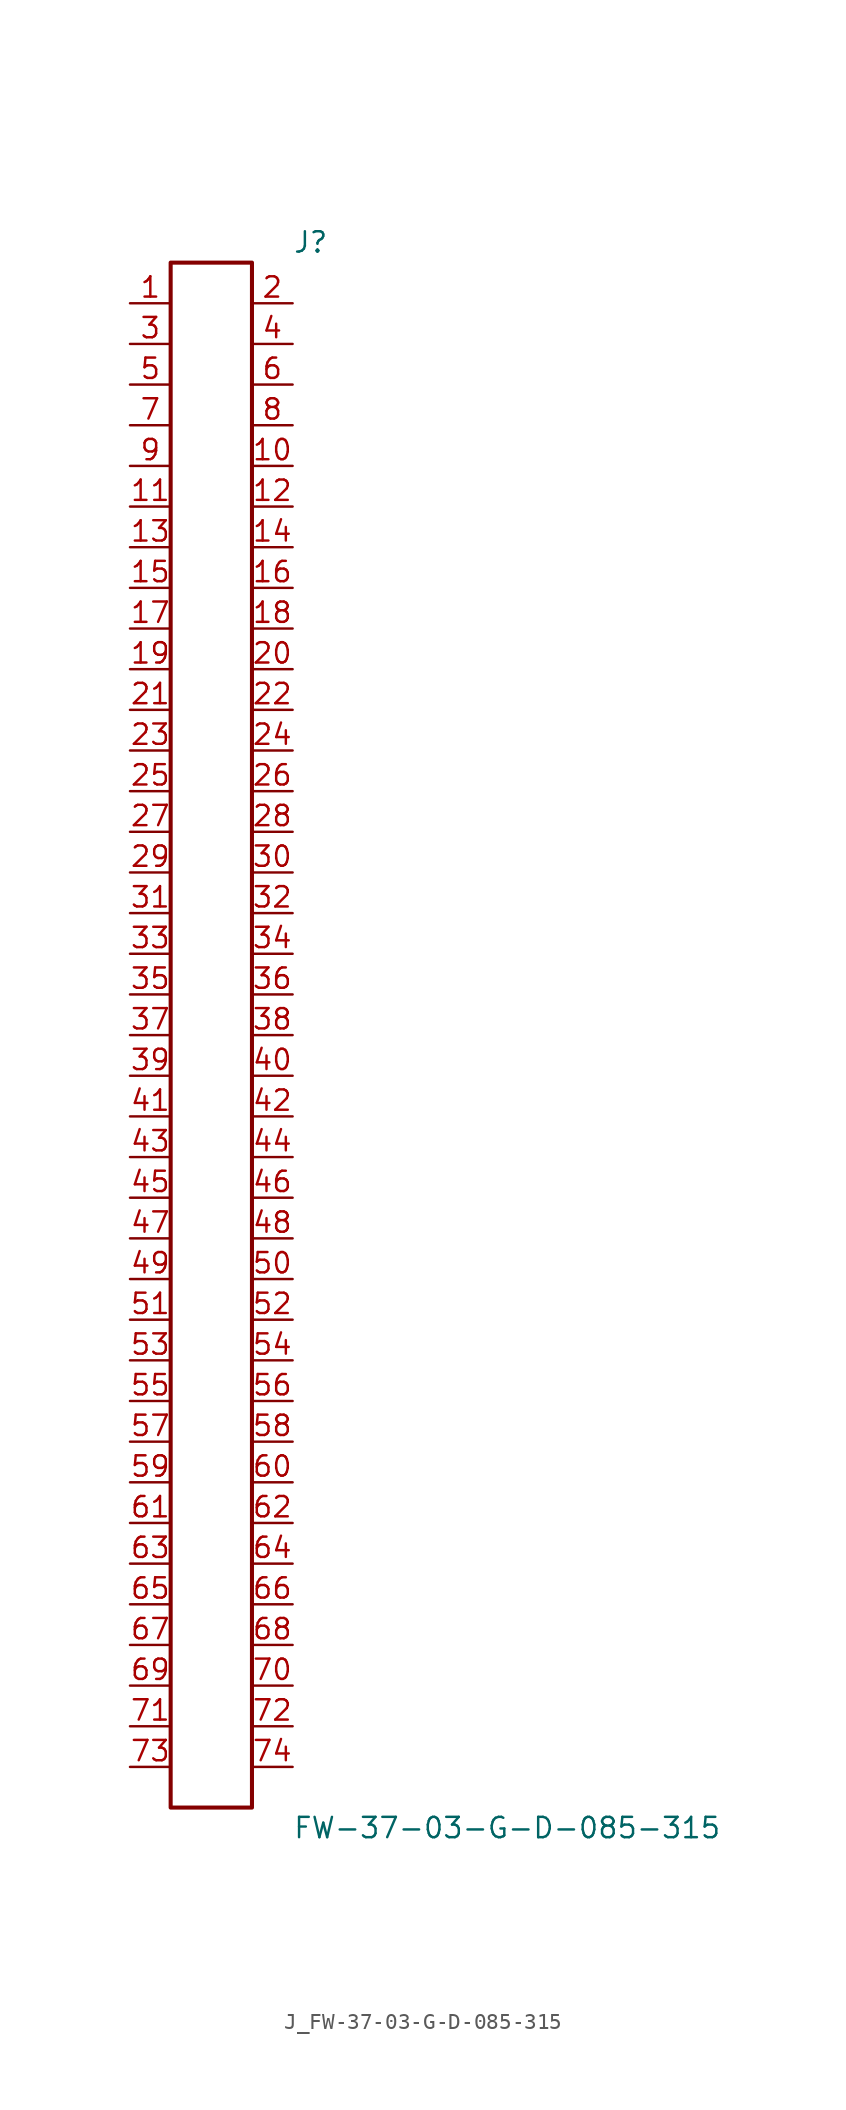
<source format=kicad_sym>
(kicad_symbol_lib
  (version 20231120)
  (generator kicad_symbol_editor)
  (generator_version 8.0)
  (symbol "J_FW-37-03-G-D-085-315"
    (pin_names
      (offset 0.254))
    (property "Reference" "J"
      (at 5.08 49.53 0)
      (effects (font (size 1.27 1.27)) (justify left)))
    (property "Value" "FW-37-03-G-D-085-315"
      (at 5.08 -49.53 0)
      (effects (font (size 1.27 1.27)) (justify left)))
    (symbol "J_FW-37-03-G-D-085-315_0_0"
      (pin unspecified line (at -5.08 45.72 0) (length 2.54) (name "" (effects (font (size 1.27 1.27)))) (number "1" (effects (font (size 1.27 1.27)))))
      (pin unspecified line (at 5.08 45.72 180) (length 2.54) (name "" (effects (font (size 1.27 1.27)))) (number "2" (effects (font (size 1.27 1.27)))))
      (pin unspecified line (at -5.08 43.18 0) (length 2.54) (name "" (effects (font (size 1.27 1.27)))) (number "3" (effects (font (size 1.27 1.27)))))
      (pin unspecified line (at 5.08 43.18 180) (length 2.54) (name "" (effects (font (size 1.27 1.27)))) (number "4" (effects (font (size 1.27 1.27)))))
      (pin unspecified line (at -5.08 40.64 0) (length 2.54) (name "" (effects (font (size 1.27 1.27)))) (number "5" (effects (font (size 1.27 1.27)))))
      (pin unspecified line (at 5.08 40.64 180) (length 2.54) (name "" (effects (font (size 1.27 1.27)))) (number "6" (effects (font (size 1.27 1.27)))))
      (pin unspecified line (at -5.08 38.1 0) (length 2.54) (name "" (effects (font (size 1.27 1.27)))) (number "7" (effects (font (size 1.27 1.27)))))
      (pin unspecified line (at 5.08 38.1 180) (length 2.54) (name "" (effects (font (size 1.27 1.27)))) (number "8" (effects (font (size 1.27 1.27)))))
      (pin unspecified line (at -5.08 35.56 0) (length 2.54) (name "" (effects (font (size 1.27 1.27)))) (number "9" (effects (font (size 1.27 1.27)))))
      (pin unspecified line (at 5.08 35.56 180) (length 2.54) (name "" (effects (font (size 1.27 1.27)))) (number "10" (effects (font (size 1.27 1.27)))))
      (pin unspecified line (at -5.08 33.02 0) (length 2.54) (name "" (effects (font (size 1.27 1.27)))) (number "11" (effects (font (size 1.27 1.27)))))
      (pin unspecified line (at 5.08 33.02 180) (length 2.54) (name "" (effects (font (size 1.27 1.27)))) (number "12" (effects (font (size 1.27 1.27)))))
      (pin unspecified line (at -5.08 30.48 0) (length 2.54) (name "" (effects (font (size 1.27 1.27)))) (number "13" (effects (font (size 1.27 1.27)))))
      (pin unspecified line (at 5.08 30.48 180) (length 2.54) (name "" (effects (font (size 1.27 1.27)))) (number "14" (effects (font (size 1.27 1.27)))))
      (pin unspecified line (at -5.08 27.94 0) (length 2.54) (name "" (effects (font (size 1.27 1.27)))) (number "15" (effects (font (size 1.27 1.27)))))
      (pin unspecified line (at 5.08 27.94 180) (length 2.54) (name "" (effects (font (size 1.27 1.27)))) (number "16" (effects (font (size 1.27 1.27)))))
      (pin unspecified line (at -5.08 25.4 0) (length 2.54) (name "" (effects (font (size 1.27 1.27)))) (number "17" (effects (font (size 1.27 1.27)))))
      (pin unspecified line (at 5.08 25.4 180) (length 2.54) (name "" (effects (font (size 1.27 1.27)))) (number "18" (effects (font (size 1.27 1.27)))))
      (pin unspecified line (at -5.08 22.86 0) (length 2.54) (name "" (effects (font (size 1.27 1.27)))) (number "19" (effects (font (size 1.27 1.27)))))
      (pin unspecified line (at 5.08 22.86 180) (length 2.54) (name "" (effects (font (size 1.27 1.27)))) (number "20" (effects (font (size 1.27 1.27)))))
      (pin unspecified line (at -5.08 20.32 0) (length 2.54) (name "" (effects (font (size 1.27 1.27)))) (number "21" (effects (font (size 1.27 1.27)))))
      (pin unspecified line (at 5.08 20.32 180) (length 2.54) (name "" (effects (font (size 1.27 1.27)))) (number "22" (effects (font (size 1.27 1.27)))))
      (pin unspecified line (at -5.08 17.78 0) (length 2.54) (name "" (effects (font (size 1.27 1.27)))) (number "23" (effects (font (size 1.27 1.27)))))
      (pin unspecified line (at 5.08 17.78 180) (length 2.54) (name "" (effects (font (size 1.27 1.27)))) (number "24" (effects (font (size 1.27 1.27)))))
      (pin unspecified line (at -5.08 15.24 0) (length 2.54) (name "" (effects (font (size 1.27 1.27)))) (number "25" (effects (font (size 1.27 1.27)))))
      (pin unspecified line (at 5.08 15.24 180) (length 2.54) (name "" (effects (font (size 1.27 1.27)))) (number "26" (effects (font (size 1.27 1.27)))))
      (pin unspecified line (at -5.08 12.7 0) (length 2.54) (name "" (effects (font (size 1.27 1.27)))) (number "27" (effects (font (size 1.27 1.27)))))
      (pin unspecified line (at 5.08 12.7 180) (length 2.54) (name "" (effects (font (size 1.27 1.27)))) (number "28" (effects (font (size 1.27 1.27)))))
      (pin unspecified line (at -5.08 10.16 0) (length 2.54) (name "" (effects (font (size 1.27 1.27)))) (number "29" (effects (font (size 1.27 1.27)))))
      (pin unspecified line (at 5.08 10.16 180) (length 2.54) (name "" (effects (font (size 1.27 1.27)))) (number "30" (effects (font (size 1.27 1.27)))))
      (pin unspecified line (at -5.08 7.62 0) (length 2.54) (name "" (effects (font (size 1.27 1.27)))) (number "31" (effects (font (size 1.27 1.27)))))
      (pin unspecified line (at 5.08 7.62 180) (length 2.54) (name "" (effects (font (size 1.27 1.27)))) (number "32" (effects (font (size 1.27 1.27)))))
      (pin unspecified line (at -5.08 5.08 0) (length 2.54) (name "" (effects (font (size 1.27 1.27)))) (number "33" (effects (font (size 1.27 1.27)))))
      (pin unspecified line (at 5.08 5.08 180) (length 2.54) (name "" (effects (font (size 1.27 1.27)))) (number "34" (effects (font (size 1.27 1.27)))))
      (pin unspecified line (at -5.08 2.54 0) (length 2.54) (name "" (effects (font (size 1.27 1.27)))) (number "35" (effects (font (size 1.27 1.27)))))
      (pin unspecified line (at 5.08 2.54 180) (length 2.54) (name "" (effects (font (size 1.27 1.27)))) (number "36" (effects (font (size 1.27 1.27)))))
      (pin unspecified line (at -5.08 0.0 0) (length 2.54) (name "" (effects (font (size 1.27 1.27)))) (number "37" (effects (font (size 1.27 1.27)))))
      (pin unspecified line (at 5.08 0.0 180) (length 2.54) (name "" (effects (font (size 1.27 1.27)))) (number "38" (effects (font (size 1.27 1.27)))))
      (pin unspecified line (at -5.08 -2.54 0) (length 2.54) (name "" (effects (font (size 1.27 1.27)))) (number "39" (effects (font (size 1.27 1.27)))))
      (pin unspecified line (at 5.08 -2.54 180) (length 2.54) (name "" (effects (font (size 1.27 1.27)))) (number "40" (effects (font (size 1.27 1.27)))))
      (pin unspecified line (at -5.08 -5.08 0) (length 2.54) (name "" (effects (font (size 1.27 1.27)))) (number "41" (effects (font (size 1.27 1.27)))))
      (pin unspecified line (at 5.08 -5.08 180) (length 2.54) (name "" (effects (font (size 1.27 1.27)))) (number "42" (effects (font (size 1.27 1.27)))))
      (pin unspecified line (at -5.08 -7.62 0) (length 2.54) (name "" (effects (font (size 1.27 1.27)))) (number "43" (effects (font (size 1.27 1.27)))))
      (pin unspecified line (at 5.08 -7.62 180) (length 2.54) (name "" (effects (font (size 1.27 1.27)))) (number "44" (effects (font (size 1.27 1.27)))))
      (pin unspecified line (at -5.08 -10.16 0) (length 2.54) (name "" (effects (font (size 1.27 1.27)))) (number "45" (effects (font (size 1.27 1.27)))))
      (pin unspecified line (at 5.08 -10.16 180) (length 2.54) (name "" (effects (font (size 1.27 1.27)))) (number "46" (effects (font (size 1.27 1.27)))))
      (pin unspecified line (at -5.08 -12.7 0) (length 2.54) (name "" (effects (font (size 1.27 1.27)))) (number "47" (effects (font (size 1.27 1.27)))))
      (pin unspecified line (at 5.08 -12.7 180) (length 2.54) (name "" (effects (font (size 1.27 1.27)))) (number "48" (effects (font (size 1.27 1.27)))))
      (pin unspecified line (at -5.08 -15.24 0) (length 2.54) (name "" (effects (font (size 1.27 1.27)))) (number "49" (effects (font (size 1.27 1.27)))))
      (pin unspecified line (at 5.08 -15.24 180) (length 2.54) (name "" (effects (font (size 1.27 1.27)))) (number "50" (effects (font (size 1.27 1.27)))))
      (pin unspecified line (at -5.08 -17.78 0) (length 2.54) (name "" (effects (font (size 1.27 1.27)))) (number "51" (effects (font (size 1.27 1.27)))))
      (pin unspecified line (at 5.08 -17.78 180) (length 2.54) (name "" (effects (font (size 1.27 1.27)))) (number "52" (effects (font (size 1.27 1.27)))))
      (pin unspecified line (at -5.08 -20.32 0) (length 2.54) (name "" (effects (font (size 1.27 1.27)))) (number "53" (effects (font (size 1.27 1.27)))))
      (pin unspecified line (at 5.08 -20.32 180) (length 2.54) (name "" (effects (font (size 1.27 1.27)))) (number "54" (effects (font (size 1.27 1.27)))))
      (pin unspecified line (at -5.08 -22.86 0) (length 2.54) (name "" (effects (font (size 1.27 1.27)))) (number "55" (effects (font (size 1.27 1.27)))))
      (pin unspecified line (at 5.08 -22.86 180) (length 2.54) (name "" (effects (font (size 1.27 1.27)))) (number "56" (effects (font (size 1.27 1.27)))))
      (pin unspecified line (at -5.08 -25.4 0) (length 2.54) (name "" (effects (font (size 1.27 1.27)))) (number "57" (effects (font (size 1.27 1.27)))))
      (pin unspecified line (at 5.08 -25.4 180) (length 2.54) (name "" (effects (font (size 1.27 1.27)))) (number "58" (effects (font (size 1.27 1.27)))))
      (pin unspecified line (at -5.08 -27.94 0) (length 2.54) (name "" (effects (font (size 1.27 1.27)))) (number "59" (effects (font (size 1.27 1.27)))))
      (pin unspecified line (at 5.08 -27.94 180) (length 2.54) (name "" (effects (font (size 1.27 1.27)))) (number "60" (effects (font (size 1.27 1.27)))))
      (pin unspecified line (at -5.08 -30.48 0) (length 2.54) (name "" (effects (font (size 1.27 1.27)))) (number "61" (effects (font (size 1.27 1.27)))))
      (pin unspecified line (at 5.08 -30.48 180) (length 2.54) (name "" (effects (font (size 1.27 1.27)))) (number "62" (effects (font (size 1.27 1.27)))))
      (pin unspecified line (at -5.08 -33.02 0) (length 2.54) (name "" (effects (font (size 1.27 1.27)))) (number "63" (effects (font (size 1.27 1.27)))))
      (pin unspecified line (at 5.08 -33.02 180) (length 2.54) (name "" (effects (font (size 1.27 1.27)))) (number "64" (effects (font (size 1.27 1.27)))))
      (pin unspecified line (at -5.08 -35.56 0) (length 2.54) (name "" (effects (font (size 1.27 1.27)))) (number "65" (effects (font (size 1.27 1.27)))))
      (pin unspecified line (at 5.08 -35.56 180) (length 2.54) (name "" (effects (font (size 1.27 1.27)))) (number "66" (effects (font (size 1.27 1.27)))))
      (pin unspecified line (at -5.08 -38.1 0) (length 2.54) (name "" (effects (font (size 1.27 1.27)))) (number "67" (effects (font (size 1.27 1.27)))))
      (pin unspecified line (at 5.08 -38.1 180) (length 2.54) (name "" (effects (font (size 1.27 1.27)))) (number "68" (effects (font (size 1.27 1.27)))))
      (pin unspecified line (at -5.08 -40.64 0) (length 2.54) (name "" (effects (font (size 1.27 1.27)))) (number "69" (effects (font (size 1.27 1.27)))))
      (pin unspecified line (at 5.08 -40.64 180) (length 2.54) (name "" (effects (font (size 1.27 1.27)))) (number "70" (effects (font (size 1.27 1.27)))))
      (pin unspecified line (at -5.08 -43.18 0) (length 2.54) (name "" (effects (font (size 1.27 1.27)))) (number "71" (effects (font (size 1.27 1.27)))))
      (pin unspecified line (at 5.08 -43.18 180) (length 2.54) (name "" (effects (font (size 1.27 1.27)))) (number "72" (effects (font (size 1.27 1.27)))))
      (pin unspecified line (at -5.08 -45.72 0) (length 2.54) (name "" (effects (font (size 1.27 1.27)))) (number "73" (effects (font (size 1.27 1.27)))))
      (pin unspecified line (at 5.08 -45.72 180) (length 2.54) (name "" (effects (font (size 1.27 1.27)))) (number "74" (effects (font (size 1.27 1.27))))))
    (symbol "J_FW-37-03-G-D-085-315_1_0"
      (rectangle (start -2.54 48.26) (end 2.54 -48.26) (stroke (width 0.254) (type solid)) (fill (type none))))))
</source>
